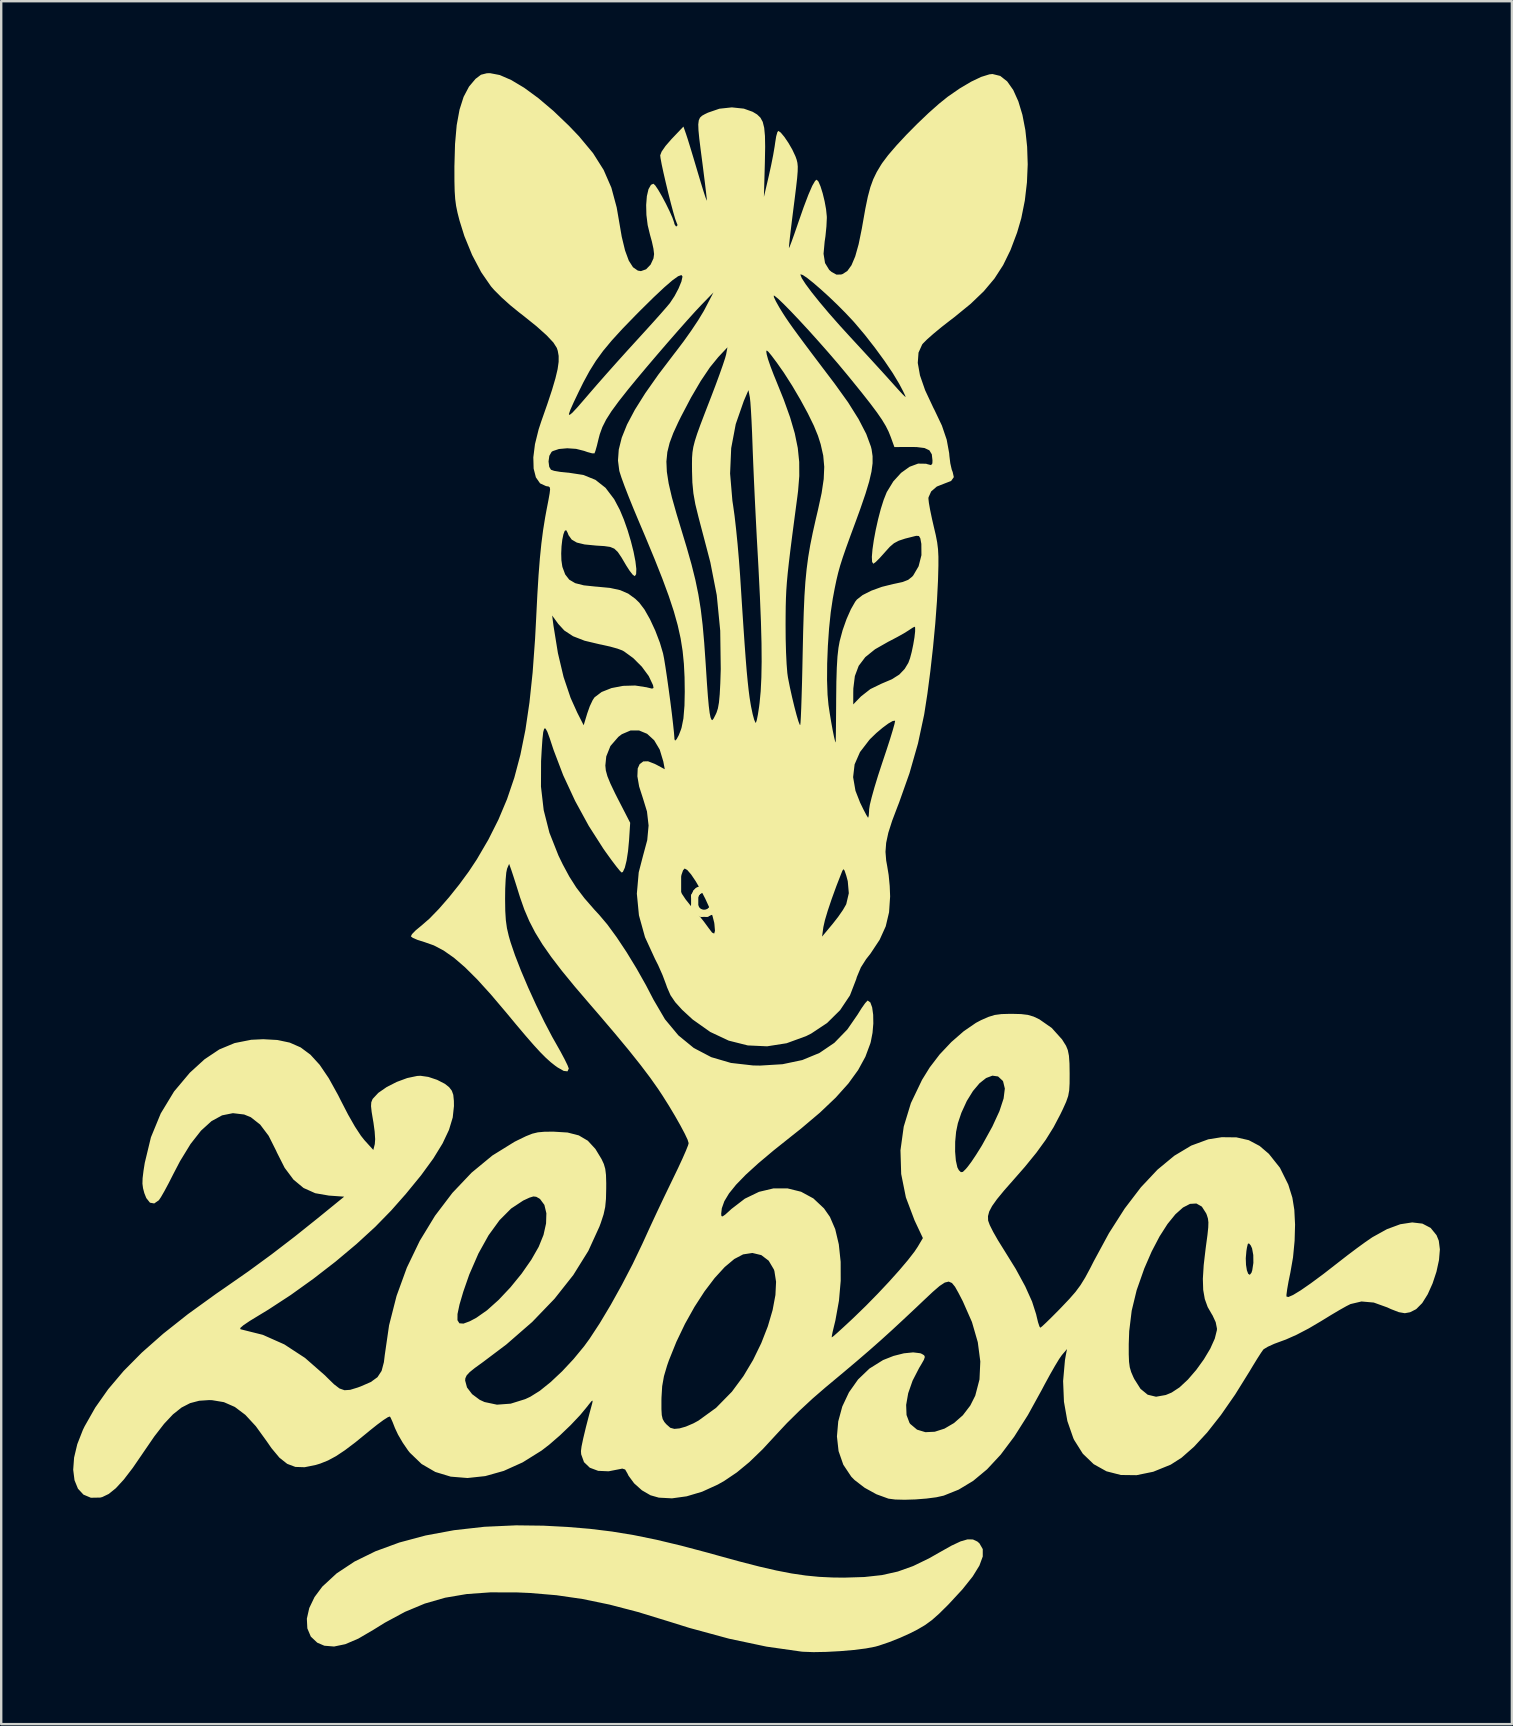
<source format=kicad_pcb>
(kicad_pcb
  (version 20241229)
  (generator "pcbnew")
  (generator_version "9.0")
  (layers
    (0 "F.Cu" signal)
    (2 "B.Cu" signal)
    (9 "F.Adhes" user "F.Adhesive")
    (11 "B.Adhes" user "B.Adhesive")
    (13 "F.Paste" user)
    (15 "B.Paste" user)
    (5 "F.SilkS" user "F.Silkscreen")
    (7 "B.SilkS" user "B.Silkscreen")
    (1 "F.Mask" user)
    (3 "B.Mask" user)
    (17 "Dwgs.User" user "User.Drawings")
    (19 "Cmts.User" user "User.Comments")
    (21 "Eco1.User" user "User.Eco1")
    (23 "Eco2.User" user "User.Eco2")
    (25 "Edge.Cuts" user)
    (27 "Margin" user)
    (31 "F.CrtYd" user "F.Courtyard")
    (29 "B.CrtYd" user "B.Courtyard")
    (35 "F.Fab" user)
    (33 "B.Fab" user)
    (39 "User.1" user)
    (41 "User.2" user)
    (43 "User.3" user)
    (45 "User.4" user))
  (footprint "logo"
    (layer "F.Cu")
    (at 27.253 34.324)
    (property "Reference" "logo" (at 0 0 0) (layer "F.SilkS") (effects (font (size 1.5 1.5) (thickness 0.3))))
    (attr board_only exclude_from_pos_files exclude_from_bom)
    (fp_poly (pts (xy -7.662 26.197) (xy -6.655 26.25) (xy -5.716 26.329) (xy -4.809 26.44) (xy -3.899 26.589) (xy -2.95 26.783) (xy -1.926 27.028) (xy -0.792 27.329) (xy -0.435 27.429) (xy 0.516 27.69) (xy 1.335 27.901) (xy 2.048 28.065) (xy 2.682 28.188) (xy 3.266 28.274) (xy 3.825 28.329) (xy 4.388 28.356) (xy 4.866 28.362) (xy 5.714 28.336) (xy 6.445 28.256) (xy 7.106 28.108) (xy 7.744 27.88) (xy 8.406 27.559) (xy 8.855 27.304) (xy 9.343 27.029) (xy 9.721 26.852) (xy 10.01 26.768) (xy 10.236 26.771) (xy 10.42 26.857) (xy 10.508 26.934) (xy 10.646 27.173) (xy 10.646 27.481) (xy 10.506 27.861) (xy 10.225 28.316) (xy 9.8 28.849) (xy 9.231 29.464) (xy 9.186 29.51) (xy 8.826 29.866) (xy 8.528 30.13) (xy 8.244 30.337) (xy 7.926 30.524) (xy 7.62 30.68) (xy 7.195 30.872) (xy 6.737 31.053) (xy 6.32 31.195) (xy 6.163 31.239) (xy 5.774 31.313) (xy 5.27 31.376) (xy 4.703 31.425) (xy 4.127 31.456) (xy 3.594 31.466) (xy 3.158 31.45) (xy 3.09 31.444) (xy 1.637 31.237) (xy 0.078 30.907) (xy -1.58 30.456) (xy -2.424 30.192) (xy -3.718 29.795) (xy -4.907 29.485) (xy -6.027 29.253) (xy -7.116 29.095) (xy -8.21 29.002) (xy -8.758 28.978) (xy -9.869 28.975) (xy -10.857 29.046) (xy -11.757 29.199) (xy -12.603 29.443) (xy -13.43 29.788) (xy -14.271 30.242) (xy -14.743 30.535) (xy -15.372 30.903) (xy -15.915 31.135) (xy -16.383 31.232) (xy -16.788 31.199) (xy -17.084 31.072) (xy -17.353 30.818) (xy -17.497 30.476) (xy -17.517 30.072) (xy -17.417 29.629) (xy -17.198 29.172) (xy -16.873 28.736) (xy -16.276 28.185) (xy -15.533 27.693) (xy -14.657 27.263) (xy -13.665 26.899) (xy -12.568 26.605) (xy -11.382 26.385) (xy -10.121 26.243) (xy -8.798 26.183)) (stroke (width 0) (type solid)) (fill yes) (layer "F.SilkS"))
    (fp_poly (pts (xy -9.481 -34.248) (xy -9.004 -34.041) (xy -8.462 -33.717) (xy -7.871 -33.284) (xy -7.245 -32.754) (xy -6.6 -32.137) (xy -6.177 -31.695) (xy -5.593 -30.993) (xy -5.151 -30.294) (xy -4.829 -29.555) (xy -4.607 -28.73) (xy -4.523 -28.244) (xy -4.397 -27.51) (xy -4.258 -26.936) (xy -4.103 -26.514) (xy -3.927 -26.238) (xy -3.727 -26.099) (xy -3.598 -26.077) (xy -3.383 -26.153) (xy -3.195 -26.347) (xy -3.074 -26.608) (xy -3.049 -26.787) (xy -3.075 -27.008) (xy -3.142 -27.315) (xy -3.218 -27.588) (xy -3.316 -27.993) (xy -3.369 -28.418) (xy -3.379 -28.831) (xy -3.35 -29.2) (xy -3.282 -29.491) (xy -3.178 -29.673) (xy -3.077 -29.718) (xy -3 -29.647) (xy -2.874 -29.459) (xy -2.719 -29.192) (xy -2.556 -28.885) (xy -2.404 -28.574) (xy -2.283 -28.3) (xy -2.212 -28.099) (xy -2.201 -28.036) (xy -2.141 -27.945) (xy -2.114 -27.94) (xy -2.07 -27.994) (xy -2.115 -28.107) (xy -2.17 -28.255) (xy -2.25 -28.531) (xy -2.348 -28.897) (xy -2.455 -29.318) (xy -2.56 -29.754) (xy -2.656 -30.17) (xy -2.733 -30.527) (xy -2.781 -30.788) (xy -2.794 -30.902) (xy -2.735 -31.057) (xy -2.572 -31.292) (xy -2.331 -31.57) (xy -2.31 -31.592) (xy -1.826 -32.1) (xy -1.713 -31.777) (xy -1.649 -31.582) (xy -1.55 -31.263) (xy -1.427 -30.856) (xy -1.291 -30.4) (xy -1.227 -30.184) (xy -1.1 -29.76) (xy -0.992 -29.409) (xy -0.909 -29.156) (xy -0.86 -29.026) (xy -0.85 -29.018) (xy -0.859 -29.134) (xy -0.887 -29.387) (xy -0.93 -29.746) (xy -0.985 -30.182) (xy -1.025 -30.5) (xy -1.106 -31.119) (xy -1.165 -31.592) (xy -1.199 -31.941) (xy -1.208 -32.19) (xy -1.187 -32.359) (xy -1.136 -32.472) (xy -1.052 -32.551) (xy -0.933 -32.618) (xy -0.804 -32.68) (xy -0.328 -32.844) (xy 0.191 -32.9) (xy 0.692 -32.847) (xy 1.058 -32.716) (xy 1.243 -32.605) (xy 1.381 -32.472) (xy 1.478 -32.295) (xy 1.539 -32.049) (xy 1.571 -31.71) (xy 1.579 -31.254) (xy 1.568 -30.656) (xy 1.566 -30.565) (xy 1.527 -29.168) (xy 1.734 -30.057) (xy 1.828 -30.486) (xy 1.913 -30.914) (xy 1.975 -31.276) (xy 1.997 -31.433) (xy 2.039 -31.694) (xy 2.089 -31.87) (xy 2.127 -31.919) (xy 2.229 -31.85) (xy 2.379 -31.67) (xy 2.548 -31.421) (xy 2.709 -31.143) (xy 2.834 -30.877) (xy 2.844 -30.853) (xy 2.892 -30.719) (xy 2.923 -30.588) (xy 2.938 -30.434) (xy 2.934 -30.232) (xy 2.912 -29.953) (xy 2.869 -29.573) (xy 2.806 -29.063) (xy 2.768 -28.767) (xy 2.703 -28.25) (xy 2.647 -27.794) (xy 2.604 -27.423) (xy 2.577 -27.164) (xy 2.569 -27.042) (xy 2.57 -27.035) (xy 2.603 -27.102) (xy 2.679 -27.301) (xy 2.787 -27.602) (xy 2.917 -27.976) (xy 2.941 -28.048) (xy 3.18 -28.733) (xy 3.38 -29.26) (xy 3.54 -29.629) (xy 3.661 -29.838) (xy 3.726 -29.887) (xy 3.799 -29.81) (xy 3.886 -29.607) (xy 3.976 -29.32) (xy 4.056 -28.989) (xy 4.117 -28.656) (xy 4.147 -28.362) (xy 4.149 -28.298) (xy 4.132 -27.937) (xy 4.091 -27.528) (xy 4.058 -27.305) (xy 4.012 -26.8) (xy 4.074 -26.414) (xy 4.247 -26.13) (xy 4.343 -26.046) (xy 4.547 -25.932) (xy 4.74 -25.935) (xy 4.805 -25.955) (xy 5.002 -26.081) (xy 5.176 -26.322) (xy 5.332 -26.691) (xy 5.475 -27.201) (xy 5.61 -27.864) (xy 5.642 -28.049) (xy 5.754 -28.681) (xy 5.857 -29.179) (xy 5.963 -29.576) (xy 6.083 -29.906) (xy 6.227 -30.204) (xy 6.406 -30.503) (xy 6.461 -30.587) (xy 6.708 -30.915) (xy 7.055 -31.318) (xy 7.47 -31.764) (xy 7.924 -32.222) (xy 8.384 -32.661) (xy 8.82 -33.048) (xy 9.186 -33.343) (xy 9.685 -33.688) (xy 10.159 -33.969) (xy 10.581 -34.17) (xy 10.922 -34.276) (xy 11.051 -34.29) (xy 11.375 -34.21) (xy 11.664 -33.982) (xy 11.916 -33.624) (xy 12.128 -33.154) (xy 12.298 -32.591) (xy 12.421 -31.953) (xy 12.495 -31.259) (xy 12.519 -30.526) (xy 12.487 -29.773) (xy 12.399 -29.018) (xy 12.251 -28.279) (xy 12.077 -27.684) (xy 11.803 -26.957) (xy 11.496 -26.328) (xy 11.132 -25.765) (xy 10.688 -25.237) (xy 10.141 -24.713) (xy 9.465 -24.161) (xy 9.302 -24.037) (xy 8.931 -23.748) (xy 8.596 -23.471) (xy 8.325 -23.232) (xy 8.152 -23.058) (xy 8.122 -23.021) (xy 7.969 -22.681) (xy 7.938 -22.253) (xy 8.03 -21.733) (xy 8.245 -21.113) (xy 8.585 -20.387) (xy 8.633 -20.295) (xy 8.944 -19.64) (xy 9.143 -19.055) (xy 9.246 -18.496) (xy 9.257 -18.367) (xy 9.294 -18.066) (xy 9.353 -17.808) (xy 9.393 -17.705) (xy 9.44 -17.493) (xy 9.327 -17.333) (xy 9.057 -17.229) (xy 8.732 -17.101) (xy 8.496 -16.897) (xy 8.386 -16.651) (xy 8.382 -16.595) (xy 8.402 -16.415) (xy 8.455 -16.117) (xy 8.533 -15.745) (xy 8.604 -15.437) (xy 8.689 -15.074) (xy 8.747 -14.773) (xy 8.782 -14.491) (xy 8.798 -14.182) (xy 8.798 -13.805) (xy 8.785 -13.313) (xy 8.78 -13.166) (xy 8.738 -12.339) (xy 8.668 -11.401) (xy 8.574 -10.407) (xy 8.462 -9.41) (xy 8.339 -8.465) (xy 8.209 -7.627) (xy 8.2 -7.578) (xy 7.947 -6.396) (xy 7.593 -5.156) (xy 7.156 -3.922) (xy 7.105 -3.793) (xy 6.871 -3.176) (xy 6.711 -2.675) (xy 6.621 -2.254) (xy 6.593 -1.879) (xy 6.622 -1.517) (xy 6.662 -1.298) (xy 6.725 -0.914) (xy 6.769 -0.458) (xy 6.786 -0.028) (xy 6.786 -0.018) (xy 6.742 0.638) (xy 6.603 1.224) (xy 6.35 1.783) (xy 5.969 2.359) (xy 5.784 2.594) (xy 5.568 2.934) (xy 5.4 3.334) (xy 5.373 3.427) (xy 5.112 4.102) (xy 4.702 4.716) (xy 4.16 5.252) (xy 3.5 5.69) (xy 3.282 5.8) (xy 2.473 6.095) (xy 1.66 6.223) (xy 0.853 6.186) (xy 0.06 5.986) (xy -0.708 5.625) (xy -1.443 5.105) (xy -1.881 4.701) (xy -2.17 4.382) (xy -2.365 4.094) (xy -2.508 3.766) (xy -2.548 3.65) (xy -2.695 3.259) (xy -2.881 2.839) (xy -3.011 2.582) (xy -3.428 1.674) (xy -3.434 1.651) (xy 3.951 1.651) (xy 4.394 1.119) (xy 4.622 0.827) (xy 4.819 0.543) (xy 4.947 0.322) (xy 4.959 0.296) (xy 5.065 -0.156) (xy 5.021 -0.659) (xy 4.959 -0.889) (xy 4.889 -1.096) (xy 4.844 -1.158) (xy 4.797 -1.093) (xy 4.766 -1.016) (xy 4.546 -0.452) (xy 4.35 0.088) (xy 4.187 0.573) (xy 4.069 0.969) (xy 4.007 1.244) (xy 4.004 1.259) (xy 3.951 1.651) (xy -3.434 1.651) (xy -3.68 0.765) (xy -3.767 -0.137) (xy -3.74 -0.444) (xy -1.978 -0.444) (xy -1.969 -0.302) (xy -1.894 -0.137) (xy -1.733 0.104) (xy -1.518 0.374) (xy -1.468 0.431) (xy -1.214 0.728) (xy -0.973 1.027) (xy -0.795 1.27) (xy -0.783 1.287) (xy -0.634 1.483) (xy -0.545 1.526) (xy -0.512 1.413) (xy -0.534 1.142) (xy -0.544 1.068) (xy -0.615 0.791) (xy -0.745 0.447) (xy -0.917 0.07) (xy -1.113 -0.308) (xy -1.315 -0.655) (xy -1.506 -0.938) (xy -1.668 -1.125) (xy -1.775 -1.185) (xy -1.842 -1.11) (xy -1.907 -0.924) (xy -1.957 -0.683) (xy -1.978 -0.444) (xy -3.74 -0.444) (xy -3.689 -1.026) (xy -3.516 -1.693) (xy -3.334 -2.369) (xy -3.278 -2.976) (xy -3.345 -3.561) (xy -3.512 -4.106) (xy -3.672 -4.603) (xy -3.739 -4.993) (xy 5.244 -4.993) (xy 5.342 -4.425) (xy 5.537 -3.927) (xy 5.678 -3.639) (xy 5.792 -3.421) (xy 5.861 -3.309) (xy 5.87 -3.302) (xy 5.894 -3.377) (xy 5.909 -3.566) (xy 5.911 -3.648) (xy 5.94 -3.836) (xy 6.018 -4.154) (xy 6.135 -4.571) (xy 6.284 -5.059) (xy 6.457 -5.588) (xy 6.477 -5.647) (xy 6.643 -6.145) (xy 6.786 -6.587) (xy 6.896 -6.949) (xy 6.968 -7.207) (xy 6.994 -7.336) (xy 6.992 -7.345) (xy 6.895 -7.332) (xy 6.71 -7.226) (xy 6.472 -7.05) (xy 6.213 -6.832) (xy 5.966 -6.594) (xy 5.92 -6.544) (xy 5.53 -6.036) (xy 5.306 -5.524) (xy 5.244 -4.993) (xy -3.739 -4.993) (xy -3.745 -5.028) (xy -3.731 -5.355) (xy -3.651 -5.533) (xy -3.499 -5.648) (xy -3.301 -5.653) (xy -3.022 -5.545) (xy -2.93 -5.498) (xy -2.604 -5.322) (xy -2.664 -5.642) (xy -2.814 -6.139) (xy -3.045 -6.528) (xy -3.339 -6.798) (xy -3.674 -6.937) (xy -4.032 -6.936) (xy -4.391 -6.782) (xy -4.539 -6.669) (xy -4.868 -6.29) (xy -5.042 -5.855) (xy -5.08 -5.476) (xy -5.06 -5.272) (xy -4.994 -5.031) (xy -4.868 -4.722) (xy -4.672 -4.312) (xy -4.563 -4.097) (xy -4.045 -3.09) (xy -4.091 -2.371) (xy -4.134 -1.909) (xy -4.195 -1.516) (xy -4.268 -1.22) (xy -4.347 -1.048) (xy -4.397 -1.016) (xy -4.468 -1.082) (xy -4.616 -1.263) (xy -4.821 -1.533) (xy -5.064 -1.87) (xy -5.163 -2.011) (xy -5.771 -2.961) (xy -6.339 -4.001) (xy -6.836 -5.071) (xy -7.231 -6.109) (xy -7.268 -6.219) (xy -7.398 -6.614) (xy -7.497 -6.883) (xy -7.572 -7.019) (xy -7.627 -7.016) (xy -7.669 -6.868) (xy -7.702 -6.568) (xy -7.733 -6.11) (xy -7.758 -5.658) (xy -7.762 -4.597) (xy -7.649 -3.618) (xy -7.41 -2.677) (xy -7.033 -1.724) (xy -6.854 -1.355) (xy -6.579 -0.845) (xy -6.291 -0.393) (xy -5.953 0.051) (xy -5.533 0.533) (xy -5.338 0.743) (xy -4.996 1.148) (xy -4.609 1.677) (xy -4.197 2.297) (xy -3.782 2.977) (xy -3.384 3.682) (xy -3.076 4.275) (xy -2.595 5.097) (xy -2.036 5.768) (xy -1.395 6.293) (xy -0.667 6.675) (xy 0.155 6.916) (xy 1.076 7.021) (xy 1.367 7.026) (xy 2.304 6.969) (xy 3.125 6.796) (xy 3.84 6.501) (xy 4.463 6.078) (xy 5.004 5.52) (xy 5.429 4.904) (xy 5.6 4.631) (xy 5.745 4.426) (xy 5.84 4.323) (xy 5.854 4.318) (xy 5.962 4.395) (xy 6.038 4.604) (xy 6.08 4.908) (xy 6.086 5.272) (xy 6.053 5.661) (xy 5.98 6.038) (xy 5.962 6.102) (xy 5.755 6.659) (xy 5.453 7.212) (xy 5.045 7.775) (xy 4.52 8.36) (xy 3.866 8.982) (xy 3.073 9.653) (xy 2.711 9.94) (xy 1.932 10.561) (xy 1.288 11.103) (xy 0.769 11.576) (xy 0.367 11.99) (xy 0.073 12.354) (xy -0.122 12.678) (xy -0.227 12.973) (xy -0.253 13.198) (xy -0.244 13.295) (xy -0.197 13.312) (xy -0.088 13.238) (xy 0.11 13.06) (xy 0.172 13.002) (xy 0.732 12.572) (xy 1.322 12.287) (xy 1.923 12.144) (xy 2.514 12.144) (xy 3.076 12.283) (xy 3.588 12.561) (xy 4.03 12.976) (xy 4.277 13.329) (xy 4.498 13.84) (xy 4.648 14.475) (xy 4.725 15.203) (xy 4.727 15.994) (xy 4.655 16.82) (xy 4.505 17.648) (xy 4.448 17.883) (xy 4.388 18.134) (xy 4.355 18.305) (xy 4.354 18.352) (xy 4.42 18.305) (xy 4.586 18.16) (xy 4.83 17.938) (xy 5.132 17.658) (xy 5.293 17.506) (xy 5.784 17.029) (xy 6.274 16.529) (xy 6.742 16.031) (xy 7.166 15.558) (xy 7.525 15.134) (xy 7.798 14.783) (xy 7.935 14.578) (xy 8.151 14.213) (xy 7.805 13.478) (xy 7.443 12.519) (xy 7.247 11.543) (xy 7.219 10.611) (xy 9.494 10.611) (xy 9.525 10.983) (xy 9.588 11.267) (xy 9.65 11.385) (xy 9.735 11.467) (xy 9.817 11.456) (xy 9.94 11.335) (xy 10.013 11.249) (xy 10.17 11.04) (xy 10.371 10.739) (xy 10.58 10.405) (xy 10.625 10.329) (xy 11.045 9.568) (xy 11.342 8.923) (xy 11.515 8.395) (xy 11.566 7.983) (xy 11.494 7.686) (xy 11.478 7.66) (xy 11.284 7.479) (xy 11.048 7.446) (xy 10.786 7.545) (xy 10.511 7.762) (xy 10.238 8.086) (xy 9.981 8.501) (xy 9.755 8.994) (xy 9.609 9.428) (xy 9.535 9.787) (xy 9.497 10.197) (xy 9.494 10.611) (xy 7.219 10.611) (xy 7.217 10.557) (xy 7.353 9.57) (xy 7.652 8.589) (xy 8.115 7.622) (xy 8.436 7.103) (xy 8.851 6.56) (xy 9.337 6.045) (xy 9.854 5.594) (xy 10.363 5.245) (xy 10.575 5.133) (xy 10.884 4.997) (xy 11.145 4.917) (xy 11.426 4.88) (xy 11.797 4.87) (xy 11.853 4.87) (xy 12.243 4.88) (xy 12.526 4.914) (xy 12.763 4.984) (xy 13.004 5.098) (xy 13.519 5.457) (xy 13.95 5.936) (xy 14.117 6.203) (xy 14.19 6.382) (xy 14.237 6.617) (xy 14.26 6.947) (xy 14.266 7.367) (xy 14.264 7.769) (xy 14.248 8.059) (xy 14.205 8.295) (xy 14.121 8.536) (xy 13.985 8.838) (xy 13.877 9.061) (xy 13.596 9.595) (xy 13.272 10.116) (xy 12.882 10.654) (xy 12.403 11.243) (xy 11.938 11.774) (xy 11.533 12.234) (xy 11.236 12.596) (xy 11.034 12.88) (xy 10.914 13.108) (xy 10.864 13.3) (xy 10.869 13.476) (xy 10.872 13.492) (xy 10.938 13.672) (xy 11.08 13.955) (xy 11.277 14.301) (xy 11.509 14.674) (xy 11.526 14.701) (xy 12.021 15.5) (xy 12.415 16.225) (xy 12.701 16.86) (xy 12.872 17.394) (xy 12.886 17.458) (xy 12.949 17.719) (xy 13.008 17.897) (xy 13.043 17.949) (xy 13.119 17.892) (xy 13.288 17.734) (xy 13.529 17.498) (xy 13.818 17.207) (xy 13.909 17.113) (xy 14.25 16.754) (xy 14.51 16.457) (xy 14.72 16.173) (xy 14.915 15.857) (xy 15.128 15.461) (xy 15.27 15.181) (xy 15.904 14.01) (xy 16.561 12.981) (xy 17.236 12.097) (xy 17.926 11.363) (xy 18.627 10.783) (xy 19.333 10.36) (xy 20.041 10.099) (xy 20.603 10.01) (xy 21.216 10.017) (xy 21.729 10.134) (xy 22.183 10.375) (xy 22.566 10.702) (xy 23.028 11.283) (xy 23.376 11.984) (xy 23.547 12.531) (xy 23.628 13.036) (xy 23.659 13.652) (xy 23.64 14.329) (xy 23.574 15.018) (xy 23.464 15.648) (xy 23.387 16.022) (xy 23.331 16.341) (xy 23.301 16.566) (xy 23.299 16.647) (xy 23.378 16.67) (xy 23.577 16.584) (xy 23.891 16.393) (xy 24.314 16.1) (xy 24.841 15.71) (xy 25.453 15.234) (xy 25.844 14.93) (xy 26.236 14.635) (xy 26.588 14.379) (xy 26.857 14.194) (xy 26.884 14.176) (xy 27.488 13.842) (xy 28.043 13.637) (xy 28.54 13.561) (xy 28.965 13.611) (xy 29.307 13.789) (xy 29.554 14.093) (xy 29.648 14.325) (xy 29.693 14.686) (xy 29.656 15.13) (xy 29.55 15.617) (xy 29.388 16.106) (xy 29.186 16.555) (xy 28.957 16.922) (xy 28.715 17.166) (xy 28.685 17.186) (xy 28.451 17.304) (xy 28.233 17.344) (xy 27.983 17.301) (xy 27.654 17.173) (xy 27.503 17.103) (xy 26.938 16.9) (xy 26.427 16.855) (xy 25.969 16.963) (xy 25.795 17.051) (xy 25.515 17.208) (xy 25.166 17.415) (xy 24.786 17.648) (xy 24.739 17.677) (xy 24.227 17.979) (xy 23.723 18.242) (xy 23.278 18.44) (xy 23.119 18.498) (xy 22.794 18.618) (xy 22.523 18.741) (xy 22.354 18.843) (xy 22.333 18.863) (xy 22.24 18.995) (xy 22.086 19.235) (xy 21.896 19.544) (xy 21.761 19.77) (xy 21.161 20.735) (xy 20.57 21.586) (xy 19.996 22.315) (xy 19.446 22.911) (xy 18.931 23.364) (xy 18.477 23.655) (xy 17.75 23.95) (xy 17.053 24.093) (xy 16.399 24.085) (xy 15.8 23.931) (xy 15.268 23.634) (xy 14.815 23.198) (xy 14.454 22.625) (xy 14.42 22.553) (xy 14.172 21.839) (xy 14.029 21.031) (xy 13.994 20.17) (xy 14.071 19.3) (xy 14.107 19.092) (xy 14.113 19.059) (xy 16.729 19.059) (xy 16.741 19.367) (xy 16.772 19.598) (xy 16.83 19.796) (xy 16.922 20.008) (xy 16.961 20.088) (xy 17.219 20.495) (xy 17.518 20.74) (xy 17.866 20.824) (xy 18.272 20.752) (xy 18.515 20.651) (xy 18.844 20.435) (xy 19.194 20.109) (xy 19.541 19.707) (xy 19.859 19.266) (xy 20.126 18.82) (xy 20.314 18.402) (xy 20.402 18.049) (xy 20.405 17.984) (xy 20.352 17.718) (xy 20.22 17.433) (xy 20.194 17.393) (xy 20.018 17.087) (xy 19.898 16.755) (xy 19.831 16.372) (xy 19.817 15.909) (xy 19.852 15.341) (xy 19.885 15.055) (xy 21.605 15.055) (xy 21.615 15.33) (xy 21.651 15.555) (xy 21.706 15.701) (xy 21.773 15.744) (xy 21.842 15.658) (xy 21.875 15.557) (xy 21.922 15.248) (xy 21.918 14.92) (xy 21.867 14.641) (xy 21.81 14.517) (xy 21.737 14.434) (xy 21.691 14.457) (xy 21.654 14.609) (xy 21.631 14.754) (xy 21.605 15.055) (xy 19.885 15.055) (xy 19.934 14.64) (xy 19.95 14.52) (xy 20.009 14.083) (xy 20.041 13.776) (xy 20.048 13.56) (xy 20.029 13.4) (xy 19.984 13.256) (xy 19.956 13.185) (xy 19.775 12.903) (xy 19.548 12.773) (xy 19.283 12.788) (xy 18.989 12.94) (xy 18.673 13.222) (xy 18.344 13.627) (xy 18.012 14.146) (xy 17.684 14.773) (xy 17.377 15.479) (xy 17.058 16.386) (xy 16.852 17.238) (xy 16.748 18.092) (xy 16.729 18.627) (xy 16.729 19.059) (xy 14.113 19.059) (xy 14.156 18.838) (xy 13.94 19.092) (xy 13.826 19.256) (xy 13.656 19.537) (xy 13.447 19.903) (xy 13.22 20.319) (xy 13.108 20.532) (xy 12.526 21.589) (xy 11.957 22.487) (xy 11.393 23.238) (xy 10.825 23.849) (xy 10.244 24.332) (xy 9.642 24.695) (xy 9.019 24.945) (xy 8.709 25.014) (xy 8.299 25.067) (xy 7.842 25.103) (xy 7.391 25.117) (xy 6.999 25.107) (xy 6.719 25.071) (xy 6.712 25.069) (xy 6.215 24.888) (xy 5.724 24.617) (xy 5.306 24.296) (xy 5.167 24.155) (xy 4.835 23.656) (xy 4.638 23.09) (xy 4.57 22.48) (xy 4.624 21.853) (xy 4.793 21.231) (xy 5.071 20.641) (xy 5.45 20.105) (xy 5.925 19.65) (xy 6.489 19.298) (xy 6.495 19.295) (xy 6.928 19.124) (xy 7.36 19.015) (xy 7.745 18.976) (xy 8.042 19.012) (xy 8.111 19.041) (xy 8.203 19.098) (xy 8.233 19.166) (xy 8.194 19.283) (xy 8.077 19.489) (xy 7.996 19.623) (xy 7.722 20.155) (xy 7.539 20.678) (xy 7.454 21.165) (xy 7.47 21.586) (xy 7.593 21.913) (xy 7.625 21.958) (xy 7.908 22.196) (xy 8.256 22.301) (xy 8.645 22.283) (xy 9.051 22.153) (xy 9.449 21.92) (xy 9.816 21.597) (xy 10.126 21.192) (xy 10.333 20.781) (xy 10.51 20.103) (xy 10.544 19.355) (xy 10.439 18.552) (xy 10.196 17.712) (xy 9.817 16.852) (xy 9.809 16.836) (xy 9.632 16.494) (xy 9.491 16.243) (xy 9.363 16.086) (xy 9.227 16.027) (xy 9.063 16.067) (xy 8.848 16.209) (xy 8.562 16.456) (xy 8.183 16.812) (xy 7.899 17.082) (xy 7.348 17.599) (xy 6.855 18.056) (xy 6.388 18.479) (xy 5.915 18.896) (xy 5.405 19.335) (xy 4.827 19.823) (xy 4.151 20.387) (xy 4.106 20.424) (xy 3.559 20.897) (xy 3.003 21.413) (xy 2.487 21.922) (xy 2.083 22.354) (xy 1.475 23.012) (xy 0.922 23.546) (xy 0.4 23.977) (xy -0.12 24.328) (xy -0.398 24.486) (xy -1.048 24.782) (xy -1.693 24.974) (xy -2.304 25.058) (xy -2.851 25.029) (xy -3.199 24.93) (xy -3.556 24.723) (xy -3.88 24.433) (xy -4.115 24.114) (xy -4.156 24.028) (xy -4.255 23.856) (xy -4.376 23.818) (xy -4.437 23.832) (xy -4.944 23.931) (xy -5.38 23.912) (xy -5.727 23.782) (xy -5.969 23.55) (xy -6.087 23.223) (xy -6.096 23.087) (xy -6.072 22.898) (xy -6.002 22.563) (xy -5.89 22.095) (xy -5.739 21.512) (xy -5.693 21.343) (xy -2.743 21.343) (xy -2.729 21.59) (xy -2.691 21.754) (xy -2.621 21.877) (xy -2.54 21.971) (xy -2.374 22.118) (xy -2.205 22.164) (xy -1.99 22.144) (xy -1.727 22.069) (xy -1.409 21.933) (xy -1.2 21.819) (xy -0.464 21.285) (xy 0.193 20.615) (xy 0.674 19.965) (xy 1.076 19.292) (xy 1.417 18.591) (xy 1.691 17.89) (xy 1.89 17.212) (xy 2.007 16.586) (xy 2.034 16.035) (xy 1.964 15.586) (xy 1.942 15.521) (xy 1.726 15.156) (xy 1.419 14.923) (xy 1.046 14.834) (xy 0.66 14.893) (xy 0.294 15.085) (xy -0.106 15.42) (xy -0.525 15.878) (xy -0.95 16.438) (xy -1.366 17.081) (xy -1.761 17.787) (xy -2.12 18.536) (xy -2.431 19.308) (xy -2.505 19.519) (xy -2.638 19.968) (xy -2.712 20.387) (xy -2.741 20.866) (xy -2.743 20.969) (xy -2.743 21.343) (xy -5.693 21.343) (xy -5.623 21.082) (xy -5.608 20.985) (xy -5.657 21.01) (xy -5.784 21.166) (xy -5.82 21.215) (xy -6.127 21.586) (xy -6.526 22.008) (xy -6.971 22.434) (xy -7.415 22.819) (xy -7.736 23.067) (xy -8.525 23.559) (xy -9.312 23.914) (xy -10.082 24.131) (xy -10.824 24.211) (xy -11.522 24.154) (xy -12.164 23.959) (xy -12.736 23.627) (xy -13.224 23.158) (xy -13.303 23.059) (xy -13.522 22.739) (xy -13.718 22.403) (xy -13.847 22.128) (xy -13.944 21.88) (xy -14.025 21.7) (xy -14.056 21.649) (xy -14.138 21.675) (xy -14.323 21.793) (xy -14.584 21.986) (xy -14.897 22.235) (xy -14.961 22.289) (xy -15.491 22.721) (xy -15.929 23.052) (xy -16.3 23.299) (xy -16.634 23.479) (xy -16.957 23.609) (xy -17.157 23.67) (xy -17.611 23.761) (xy -17.995 23.749) (xy -18.336 23.621) (xy -18.66 23.364) (xy -18.992 22.966) (xy -19.192 22.677) (xy -19.644 22.052) (xy -20.08 21.58) (xy -20.518 21.25) (xy -20.974 21.05) (xy -21.466 20.968) (xy -21.59 20.964) (xy -22.004 20.992) (xy -22.381 21.091) (xy -22.739 21.275) (xy -23.095 21.558) (xy -23.466 21.953) (xy -23.871 22.476) (xy -24.326 23.139) (xy -24.337 23.156) (xy -24.771 23.789) (xy -25.147 24.279) (xy -25.477 24.637) (xy -25.772 24.875) (xy -26.043 25.005) (xy -26.129 25.026) (xy -26.517 25.033) (xy -26.826 24.903) (xy -27.055 24.655) (xy -27.198 24.304) (xy -27.253 23.867) (xy -27.216 23.361) (xy -27.083 22.802) (xy -26.85 22.207) (xy -26.778 22.059) (xy -26.335 21.278) (xy -25.796 20.512) (xy -25.151 19.75) (xy -24.389 18.981) (xy -23.501 18.197) (xy -22.475 17.385) (xy -21.3 16.536) (xy -20.955 16.298) (xy -19.945 15.594) (xy -18.985 14.891) (xy -18.016 14.147) (xy -17.061 13.383) (xy -15.962 12.488) (xy -16.599 12.443) (xy -17.168 12.344) (xy -17.655 12.126) (xy -18.075 11.777) (xy -18.442 11.286) (xy -18.769 10.64) (xy -18.796 10.577) (xy -19.11 9.952) (xy -19.463 9.484) (xy -19.852 9.178) (xy -20.131 9.064) (xy -20.598 9.009) (xy -21.05 9.1) (xy -21.492 9.342) (xy -21.928 9.738) (xy -22.363 10.293) (xy -22.802 11.01) (xy -23.086 11.555) (xy -23.277 11.93) (xy -23.454 12.26) (xy -23.597 12.508) (xy -23.685 12.638) (xy -23.877 12.771) (xy -24.054 12.739) (xy -24.207 12.547) (xy -24.289 12.342) (xy -24.343 12.138) (xy -24.368 11.946) (xy -24.361 11.718) (xy -24.323 11.407) (xy -24.271 11.079) (xy -24.014 10.014) (xy -23.605 9.02) (xy -23.051 8.106) (xy -22.394 7.324) (xy -21.778 6.762) (xy -21.165 6.353) (xy -20.527 6.088) (xy -19.837 5.951) (xy -19.336 5.927) (xy -18.743 5.96) (xy -18.23 6.069) (xy -17.777 6.268) (xy -17.368 6.572) (xy -16.983 6.994) (xy -16.606 7.55) (xy -16.217 8.253) (xy -16.101 8.484) (xy -15.797 9.072) (xy -15.514 9.568) (xy -15.266 9.947) (xy -15.117 10.135) (xy -14.748 10.541) (xy -14.686 10.298) (xy -14.671 10.093) (xy -14.692 9.774) (xy -14.743 9.395) (xy -14.756 9.324) (xy -14.817 8.958) (xy -14.843 8.716) (xy -14.833 8.557) (xy -14.787 8.439) (xy -14.769 8.408) (xy -14.539 8.162) (xy -14.19 7.92) (xy -13.772 7.707) (xy -13.334 7.545) (xy -12.925 7.459) (xy -12.784 7.451) (xy -12.454 7.498) (xy -12.09 7.62) (xy -11.765 7.787) (xy -11.589 7.927) (xy -11.477 8.073) (xy -11.416 8.244) (xy -11.391 8.496) (xy -11.388 8.714) (xy -11.439 9.189) (xy -11.595 9.705) (xy -11.863 10.272) (xy -12.248 10.899) (xy -12.756 11.596) (xy -13.392 12.373) (xy -14.005 13.067) (xy -14.666 13.744) (xy -15.448 14.461) (xy -16.319 15.192) (xy -17.245 15.909) (xy -18.191 16.587) (xy -19.126 17.198) (xy -19.474 17.409) (xy -19.891 17.663) (xy -20.162 17.846) (xy -20.292 17.96) (xy -20.286 18.011) (xy -20.278 18.013) (xy -19.352 18.245) (xy -18.457 18.643) (xy -17.594 19.207) (xy -16.76 19.937) (xy -16.682 20.016) (xy -16.386 20.305) (xy -16.157 20.48) (xy -15.949 20.553) (xy -15.714 20.537) (xy -15.406 20.443) (xy -15.265 20.391) (xy -14.851 20.21) (xy -14.574 20.009) (xy -14.403 19.748) (xy -14.307 19.386) (xy -14.271 19.089) (xy -14.091 17.846) (xy -14.037 17.635) (xy -11.242 17.635) (xy -11.161 17.765) (xy -10.991 17.777) (xy -10.727 17.679) (xy -10.456 17.535) (xy -10.008 17.221) (xy -9.524 16.787) (xy -9.035 16.268) (xy -8.571 15.699) (xy -8.164 15.115) (xy -7.857 14.578) (xy -7.656 14.081) (xy -7.55 13.605) (xy -7.537 13.179) (xy -7.62 12.831) (xy -7.798 12.59) (xy -7.833 12.564) (xy -7.96 12.493) (xy -8.079 12.479) (xy -8.242 12.529) (xy -8.502 12.65) (xy -8.507 12.653) (xy -9.005 12.982) (xy -9.488 13.467) (xy -9.945 14.096) (xy -10.368 14.856) (xy -10.75 15.733) (xy -10.999 16.448) (xy -11.157 16.985) (xy -11.24 17.378) (xy -11.242 17.635) (xy -14.037 17.635) (xy -13.78 16.626) (xy -13.351 15.447) (xy -12.812 14.327) (xy -12.176 13.283) (xy -11.453 12.331) (xy -10.653 11.488) (xy -9.787 10.773) (xy -8.865 10.202) (xy -8.739 10.139) (xy -8.388 9.969) (xy -8.126 9.864) (xy -7.889 9.807) (xy -7.616 9.783) (xy -7.245 9.779) (xy -6.654 9.815) (xy -6.186 9.935) (xy -5.81 10.157) (xy -5.495 10.499) (xy -5.238 10.922) (xy -5.143 11.126) (xy -5.084 11.329) (xy -5.053 11.581) (xy -5.043 11.929) (xy -5.044 12.15) (xy -5.054 12.583) (xy -5.086 12.919) (xy -5.153 13.226) (xy -5.267 13.575) (xy -5.327 13.737) (xy -5.789 14.748) (xy -6.415 15.753) (xy -7.197 16.742) (xy -8.128 17.709) (xy -9.203 18.645) (xy -10.181 19.382) (xy -10.517 19.625) (xy -10.735 19.801) (xy -10.859 19.936) (xy -10.913 20.055) (xy -10.922 20.148) (xy -10.844 20.438) (xy -10.631 20.717) (xy -10.317 20.951) (xy -10.115 21.045) (xy -9.596 21.155) (xy -9.024 21.113) (xy -8.418 20.924) (xy -8.208 20.826) (xy -7.812 20.579) (xy -7.36 20.215) (xy -6.881 19.765) (xy -6.407 19.258) (xy -5.967 18.724) (xy -5.741 18.415) (xy -5.315 17.765) (xy -4.858 17.001) (xy -4.394 16.166) (xy -3.947 15.307) (xy -3.544 14.466) (xy -3.471 14.307) (xy -3.23 13.778) (xy -2.944 13.163) (xy -2.643 12.527) (xy -2.357 11.934) (xy -2.265 11.744) (xy -2.051 11.3) (xy -1.866 10.901) (xy -1.723 10.575) (xy -1.633 10.349) (xy -1.609 10.259) (xy -1.652 10.115) (xy -1.773 9.859) (xy -1.954 9.518) (xy -2.179 9.121) (xy -2.432 8.698) (xy -2.698 8.276) (xy -2.879 8.002) (xy -3.213 7.529) (xy -3.618 6.994) (xy -4.104 6.384) (xy -4.683 5.686) (xy -5.364 4.886) (xy -5.698 4.5) (xy -6.347 3.742) (xy -6.888 3.082) (xy -7.335 2.499) (xy -7.702 1.974) (xy -8.002 1.484) (xy -8.248 1.009) (xy -8.454 0.529) (xy -8.632 0.022) (xy -8.679 -0.127) (xy -8.793 -0.493) (xy -8.899 -0.824) (xy -8.979 -1.068) (xy -9.001 -1.133) (xy -9.089 -1.378) (xy -9.175 -1.176) (xy -9.208 -1.015) (xy -9.234 -0.726) (xy -9.252 -0.348) (xy -9.257 0.076) (xy -9.257 0.085) (xy -9.25 0.583) (xy -9.226 0.969) (xy -9.18 1.3) (xy -9.103 1.631) (xy -9.03 1.885) (xy -8.845 2.428) (xy -8.593 3.075) (xy -8.293 3.781) (xy -7.963 4.504) (xy -7.623 5.202) (xy -7.293 5.832) (xy -7.152 6.08) (xy -6.946 6.446) (xy -6.775 6.767) (xy -6.656 7.011) (xy -6.605 7.146) (xy -6.604 7.154) (xy -6.657 7.266) (xy -6.815 7.248) (xy -7.073 7.101) (xy -7.163 7.037) (xy -7.357 6.884) (xy -7.561 6.7) (xy -7.792 6.468) (xy -8.065 6.17) (xy -8.397 5.789) (xy -8.804 5.307) (xy -9.203 4.826) (xy -9.848 4.065) (xy -10.418 3.437) (xy -10.928 2.93) (xy -11.39 2.532) (xy -11.819 2.232) (xy -12.228 2.017) (xy -12.618 1.88) (xy -12.896 1.793) (xy -13.1 1.706) (xy -13.183 1.642) (xy -13.136 1.549) (xy -12.982 1.391) (xy -12.755 1.203) (xy -12.741 1.192) (xy -12.407 0.901) (xy -12.015 0.497) (xy -11.593 0.013) (xy -11.168 -0.518) (xy -10.768 -1.063) (xy -10.435 -1.566) (xy -9.953 -2.391) (xy -9.536 -3.22) (xy -9.177 -4.073) (xy -8.873 -4.969) (xy -8.619 -5.926) (xy -8.41 -6.964) (xy -8.242 -8.102) (xy -8.109 -9.358) (xy -8.008 -10.752) (xy -7.961 -11.642) (xy -7.957 -11.726) (xy -7.296 -11.726) (xy -7.241 -11.303) (xy -7.056 -10.161) (xy -6.82 -9.164) (xy -6.527 -8.294) (xy -6.251 -7.681) (xy -5.983 -7.154) (xy -5.834 -7.648) (xy -5.728 -7.947) (xy -5.609 -8.199) (xy -5.531 -8.317) (xy -5.234 -8.541) (xy -4.822 -8.704) (xy -4.341 -8.796) (xy -3.838 -8.81) (xy -3.357 -8.736) (xy -3.318 -8.725) (xy -3.134 -8.681) (xy -3.072 -8.707) (xy -3.093 -8.823) (xy -3.096 -8.831) (xy -3.272 -9.204) (xy -3.56 -9.595) (xy -3.918 -9.953) (xy -4.3 -10.231) (xy -4.376 -10.273) (xy -4.571 -10.346) (xy -4.875 -10.431) (xy -5.231 -10.511) (xy -5.323 -10.529) (xy -5.945 -10.677) (xy -6.425 -10.864) (xy -6.79 -11.103) (xy -7.042 -11.378) (xy -7.296 -11.726) (xy -7.957 -11.726) (xy -7.913 -12.596) (xy -7.863 -13.408) (xy -7.808 -14.108) (xy -7.746 -14.722) (xy -7.674 -15.28) (xy -7.589 -15.808) (xy -7.53 -16.129) (xy -7.45 -16.541) (xy -7.401 -16.815) (xy -7.382 -16.98) (xy -7.395 -17.066) (xy -7.439 -17.101) (xy -7.516 -17.114) (xy -7.548 -17.118) (xy -7.8 -17.234) (xy -7.974 -17.483) (xy -8.068 -17.85) (xy -8.076 -18.146) (xy -7.447 -18.146) (xy -7.418 -17.922) (xy -7.345 -17.801) (xy -7.213 -17.755) (xy -6.963 -17.712) (xy -6.645 -17.68) (xy -6.604 -17.677) (xy -5.997 -17.584) (xy -5.493 -17.38) (xy -5.072 -17.048) (xy -4.713 -16.575) (xy -4.479 -16.133) (xy -4.309 -15.727) (xy -4.152 -15.28) (xy -4.015 -14.822) (xy -3.904 -14.382) (xy -3.827 -13.987) (xy -3.789 -13.667) (xy -3.797 -13.451) (xy -3.852 -13.367) (xy -3.936 -13.424) (xy -4.069 -13.593) (xy -4.207 -13.807) (xy -4.41 -14.151) (xy -4.563 -14.377) (xy -4.707 -14.513) (xy -4.88 -14.585) (xy -5.125 -14.62) (xy -5.48 -14.642) (xy -5.481 -14.643) (xy -5.944 -14.688) (xy -6.268 -14.766) (xy -6.481 -14.89) (xy -6.613 -15.074) (xy -6.654 -15.18) (xy -6.714 -15.286) (xy -6.774 -15.252) (xy -6.828 -15.109) (xy -6.874 -14.885) (xy -6.906 -14.61) (xy -6.919 -14.315) (xy -6.911 -14.029) (xy -6.875 -13.781) (xy -6.866 -13.743) (xy -6.753 -13.439) (xy -6.585 -13.222) (xy -6.336 -13.075) (xy -5.977 -12.984) (xy -5.48 -12.932) (xy -5.432 -12.929) (xy -4.885 -12.877) (xy -4.464 -12.785) (xy -4.127 -12.639) (xy -3.831 -12.423) (xy -3.666 -12.263) (xy -3.45 -11.978) (xy -3.221 -11.574) (xy -2.999 -11.096) (xy -2.807 -10.593) (xy -2.676 -10.15) (xy -2.633 -9.935) (xy -2.577 -9.592) (xy -2.512 -9.158) (xy -2.443 -8.667) (xy -2.374 -8.156) (xy -2.311 -7.66) (xy -2.259 -7.214) (xy -2.221 -6.855) (xy -2.202 -6.618) (xy -2.201 -6.578) (xy -2.175 -6.513) (xy -2.108 -6.577) (xy -2.02 -6.74) (xy -1.93 -6.972) (xy -1.904 -7.052) (xy -1.827 -7.436) (xy -1.783 -7.97) (xy -1.771 -8.551) (xy -1.779 -9.156) (xy -1.807 -9.715) (xy -1.86 -10.249) (xy -1.944 -10.778) (xy -2.065 -11.323) (xy -2.228 -11.905) (xy -2.439 -12.544) (xy -2.703 -13.26) (xy -3.026 -14.075) (xy -3.413 -15.009) (xy -3.691 -15.664) (xy -3.91 -16.187) (xy -4.112 -16.686) (xy -4.284 -17.13) (xy -4.414 -17.488) (xy -4.491 -17.729) (xy -4.499 -17.76) (xy -4.548 -18.143) (xy -2.536 -18.143) (xy -2.517 -17.714) (xy -2.441 -17.226) (xy -2.307 -16.65) (xy -2.113 -15.961) (xy -1.941 -15.393) (xy -1.691 -14.566) (xy -1.489 -13.853) (xy -1.329 -13.212) (xy -1.204 -12.605) (xy -1.105 -11.991) (xy -1.026 -11.331) (xy -0.96 -10.586) (xy -0.899 -9.716) (xy -0.892 -9.606) (xy -0.847 -8.909) (xy -0.807 -8.364) (xy -0.77 -7.956) (xy -0.734 -7.669) (xy -0.698 -7.486) (xy -0.659 -7.39) (xy -0.622 -7.366) (xy -0.568 -7.436) (xy -0.479 -7.61) (xy -0.446 -7.684) (xy -0.39 -7.856) (xy -0.346 -8.101) (xy -0.314 -8.442) (xy -0.29 -8.903) (xy -0.271 -9.495) (xy -0.293 -11.094) (xy -0.438 -12.578) (xy -0.706 -13.948) (xy -0.733 -14.051) (xy -0.847 -14.488) (xy -0.984 -15.01) (xy -1.123 -15.537) (xy -1.2 -15.833) (xy -1.331 -16.366) (xy -1.411 -16.819) (xy -1.454 -17.269) (xy -1.465 -17.643) (xy 0.118 -17.643) (xy 0.214 -16.51) (xy 0.246 -16.298) (xy 0.305 -15.877) (xy 0.367 -15.331) (xy 0.43 -14.704) (xy 0.487 -14.04) (xy 0.536 -13.383) (xy 0.547 -13.208) (xy 0.613 -12.175) (xy 0.671 -11.295) (xy 0.722 -10.552) (xy 0.768 -9.929) (xy 0.81 -9.41) (xy 0.851 -8.98) (xy 0.89 -8.622) (xy 0.929 -8.319) (xy 0.971 -8.055) (xy 0.992 -7.935) (xy 1.059 -7.616) (xy 1.123 -7.381) (xy 1.175 -7.263) (xy 1.193 -7.258) (xy 1.23 -7.367) (xy 1.277 -7.602) (xy 1.326 -7.921) (xy 1.347 -8.086) (xy 1.393 -8.572) (xy 1.421 -9.141) (xy 1.433 -9.805) (xy 1.427 -10.578) (xy 1.403 -11.474) (xy 1.361 -12.505) (xy 1.302 -13.687) (xy 1.275 -14.182) (xy 1.231 -14.965) (xy 1.189 -15.784) (xy 1.148 -16.601) (xy 1.112 -17.376) (xy 1.082 -18.071) (xy 1.059 -18.647) (xy 1.054 -18.796) (xy 1.034 -19.341) (xy 1.011 -19.845) (xy 0.987 -20.279) (xy 0.964 -20.61) (xy 0.943 -20.807) (xy 0.94 -20.825) (xy 0.883 -21.118) (xy 0.69 -20.67) (xy 0.354 -19.705) (xy 0.164 -18.702) (xy 0.118 -17.643) (xy -1.465 -17.643) (xy -1.468 -17.738) (xy -1.47 -18.046) (xy -1.467 -18.3) (xy -1.45 -18.526) (xy -1.414 -18.75) (xy -1.351 -18.998) (xy -1.256 -19.297) (xy -1.12 -19.673) (xy -0.938 -20.151) (xy -0.703 -20.759) (xy -0.676 -20.828) (xy -0.49 -21.317) (xy -0.323 -21.771) (xy -0.186 -22.159) (xy -0.09 -22.45) (xy -0.047 -22.606) (xy -0.025 -22.727) (xy 1.626 -22.727) (xy 1.642 -22.616) (xy 1.698 -22.408) (xy 1.804 -22.1) (xy 1.94 -21.745) (xy 2 -21.6) (xy 2.35 -20.733) (xy 2.619 -19.983) (xy 2.813 -19.318) (xy 2.938 -18.709) (xy 2.998 -18.126) (xy 3.001 -17.54) (xy 2.951 -16.919) (xy 2.924 -16.702) (xy 2.806 -15.812) (xy 2.708 -15.067) (xy 2.629 -14.447) (xy 2.567 -13.929) (xy 2.519 -13.491) (xy 2.484 -13.112) (xy 2.46 -12.769) (xy 2.445 -12.441) (xy 2.436 -12.106) (xy 2.432 -11.741) (xy 2.43 -11.345) (xy 2.434 -10.751) (xy 2.449 -10.193) (xy 2.473 -9.707) (xy 2.503 -9.329) (xy 2.529 -9.144) (xy 2.609 -8.739) (xy 2.701 -8.324) (xy 2.796 -7.929) (xy 2.886 -7.586) (xy 2.963 -7.325) (xy 3.019 -7.179) (xy 3.04 -7.161) (xy 3.052 -7.253) (xy 3.066 -7.495) (xy 3.082 -7.867) (xy 3.098 -8.349) (xy 3.115 -8.922) (xy 3.13 -9.566) (xy 3.142 -10.143) (xy 3.163 -11.074) (xy 3.187 -11.863) (xy 3.216 -12.539) (xy 3.255 -13.128) (xy 3.307 -13.659) (xy 3.373 -14.16) (xy 3.457 -14.658) (xy 3.563 -15.182) (xy 3.692 -15.758) (xy 3.78 -16.129) (xy 3.932 -16.829) (xy 4.019 -17.413) (xy 4.041 -17.92) (xy 3.999 -18.391) (xy 3.892 -18.865) (xy 3.78 -19.217) (xy 3.607 -19.639) (xy 3.355 -20.154) (xy 3.047 -20.721) (xy 2.708 -21.298) (xy 2.36 -21.843) (xy 2.062 -22.267) (xy 1.845 -22.556) (xy 1.71 -22.72) (xy 1.643 -22.772) (xy 1.626 -22.727) (xy -0.025 -22.727) (xy 0.008 -22.902) (xy -0.375 -22.494) (xy -0.721 -22.07) (xy -1.104 -21.501) (xy -1.511 -20.807) (xy -1.932 -20.004) (xy -2.042 -19.781) (xy -2.249 -19.33) (xy -2.401 -18.924) (xy -2.497 -18.537) (xy -2.536 -18.143) (xy -4.548 -18.143) (xy -4.553 -18.186) (xy -4.521 -18.64) (xy -4.397 -19.136) (xy -4.176 -19.685) (xy -3.851 -20.298) (xy -3.418 -20.988) (xy -2.87 -21.767) (xy -2.202 -22.645) (xy -2.14 -22.724) (xy -1.815 -23.154) (xy -1.494 -23.606) (xy -1.21 -24.033) (xy -0.993 -24.391) (xy -0.94 -24.487) (xy -0.642 -25.061) (xy 1.937 -25.061) (xy 1.943 -24.996) (xy 2.025 -24.821) (xy 2.165 -24.571) (xy 2.214 -24.49) (xy 2.326 -24.31) (xy 2.444 -24.128) (xy 2.582 -23.926) (xy 2.75 -23.689) (xy 2.961 -23.4) (xy 3.227 -23.041) (xy 3.559 -22.598) (xy 3.97 -22.054) (xy 4.472 -21.392) (xy 4.482 -21.378) (xy 5.033 -20.611) (xy 5.471 -19.912) (xy 5.791 -19.293) (xy 5.986 -18.764) (xy 6.015 -18.646) (xy 6.055 -18.368) (xy 6.055 -18.068) (xy 6.009 -17.722) (xy 5.913 -17.308) (xy 5.76 -16.801) (xy 5.547 -16.179) (xy 5.363 -15.673) (xy 5.132 -15.048) (xy 4.952 -14.551) (xy 4.813 -14.148) (xy 4.705 -13.809) (xy 4.62 -13.503) (xy 4.547 -13.196) (xy 4.477 -12.858) (xy 4.402 -12.458) (xy 4.399 -12.446) (xy 4.312 -11.864) (xy 4.242 -11.188) (xy 4.192 -10.461) (xy 4.163 -9.728) (xy 4.158 -9.034) (xy 4.179 -8.424) (xy 4.218 -8.001) (xy 4.269 -7.659) (xy 4.329 -7.298) (xy 4.391 -6.957) (xy 4.448 -6.674) (xy 4.493 -6.488) (xy 4.516 -6.435) (xy 4.52 -6.515) (xy 4.525 -6.741) (xy 4.529 -7.086) (xy 4.533 -7.527) (xy 4.537 -8.023) (xy 5.249 -8.023) (xy 5.572 -8.356) (xy 5.963 -8.662) (xy 6.422 -8.885) (xy 6.859 -9.071) (xy 7.169 -9.267) (xy 7.393 -9.503) (xy 7.544 -9.753) (xy 7.614 -9.94) (xy 7.685 -10.207) (xy 7.749 -10.513) (xy 7.8 -10.814) (xy 7.828 -11.066) (xy 7.828 -11.226) (xy 7.807 -11.261) (xy 7.722 -11.217) (xy 7.561 -11.111) (xy 7.548 -11.102) (xy 7.364 -10.987) (xy 7.083 -10.83) (xy 6.762 -10.661) (xy 6.715 -10.638) (xy 6.158 -10.321) (xy 5.752 -9.994) (xy 5.477 -9.631) (xy 5.317 -9.205) (xy 5.253 -8.689) (xy 5.25 -8.52) (xy 5.249 -8.023) (xy 4.537 -8.023) (xy 4.537 -8.039) (xy 4.538 -8.234) (xy 4.546 -8.963) (xy 4.564 -9.548) (xy 4.592 -10.014) (xy 4.634 -10.384) (xy 4.683 -10.653) (xy 4.807 -11.117) (xy 4.97 -11.578) (xy 5.152 -11.989) (xy 5.331 -12.302) (xy 5.401 -12.392) (xy 5.64 -12.579) (xy 6.003 -12.762) (xy 6.444 -12.922) (xy 6.918 -13.04) (xy 6.961 -13.048) (xy 7.307 -13.123) (xy 7.537 -13.213) (xy 7.701 -13.342) (xy 7.749 -13.396) (xy 7.973 -13.779) (xy 8.091 -14.242) (xy 8.087 -14.712) (xy 8.045 -14.941) (xy 7.987 -15.04) (xy 7.88 -15.048) (xy 7.804 -15.031) (xy 7.415 -14.933) (xy 7.145 -14.844) (xy 6.947 -14.739) (xy 6.775 -14.592) (xy 6.582 -14.379) (xy 6.556 -14.349) (xy 6.352 -14.122) (xy 6.186 -13.956) (xy 6.09 -13.886) (xy 6.086 -13.885) (xy 6.035 -13.962) (xy 6.025 -14.171) (xy 6.051 -14.483) (xy 6.107 -14.869) (xy 6.187 -15.298) (xy 6.286 -15.74) (xy 6.397 -16.166) (xy 6.517 -16.546) (xy 6.638 -16.85) (xy 6.651 -16.877) (xy 6.92 -17.317) (xy 7.244 -17.672) (xy 7.597 -17.925) (xy 7.952 -18.057) (xy 8.284 -18.051) (xy 8.347 -18.031) (xy 8.493 -17.994) (xy 8.546 -18.064) (xy 8.551 -18.189) (xy 8.523 -18.444) (xy 8.421 -18.611) (xy 8.218 -18.706) (xy 7.89 -18.746) (xy 7.637 -18.75) (xy 6.964 -18.746) (xy 6.814 -19.161) (xy 6.723 -19.388) (xy 6.605 -19.623) (xy 6.448 -19.884) (xy 6.237 -20.19) (xy 5.96 -20.56) (xy 5.604 -21.013) (xy 5.154 -21.569) (xy 4.977 -21.785) (xy 4.611 -22.224) (xy 4.214 -22.685) (xy 3.803 -23.151) (xy 3.396 -23.604) (xy 3.007 -24.025) (xy 2.654 -24.398) (xy 2.353 -24.704) (xy 2.121 -24.926) (xy 1.974 -25.045) (xy 1.937 -25.061) (xy -0.642 -25.061) (xy -0.576 -25.188) (xy -1.071 -24.678) (xy -1.328 -24.404) (xy -1.668 -24.028) (xy -2.068 -23.576) (xy -2.503 -23.078) (xy -2.949 -22.56) (xy -3.382 -22.051) (xy -3.778 -21.578) (xy -4.113 -21.17) (xy -4.116 -21.167) (xy -4.52 -20.655) (xy -4.825 -20.239) (xy -5.047 -19.89) (xy -5.204 -19.579) (xy -5.312 -19.28) (xy -5.363 -19.086) (xy -5.433 -18.798) (xy -5.495 -18.581) (xy -5.534 -18.483) (xy -5.631 -18.485) (xy -5.83 -18.539) (xy -5.962 -18.586) (xy -6.298 -18.671) (xy -6.668 -18.696) (xy -7.013 -18.665) (xy -7.272 -18.578) (xy -7.321 -18.544) (xy -7.414 -18.381) (xy -7.447 -18.146) (xy -8.076 -18.146) (xy -8.081 -18.317) (xy -8.012 -18.868) (xy -7.859 -19.484) (xy -7.75 -19.816) (xy -7.643 -20.121) (xy -6.598 -20.121) (xy -6.573 -20.08) (xy -6.458 -20.173) (xy -6.247 -20.399) (xy -5.937 -20.756) (xy -5.748 -20.976) (xy -5.434 -21.339) (xy -5.041 -21.786) (xy -4.603 -22.278) (xy -4.156 -22.774) (xy -3.781 -23.185) (xy -3.409 -23.593) (xy -3.063 -23.975) (xy -2.766 -24.308) (xy -2.538 -24.569) (xy -2.4 -24.733) (xy -2.386 -24.751) (xy -2.197 -25.037) (xy -2.03 -25.353) (xy -1.91 -25.644) (xy -1.865 -25.85) (xy -1.909 -25.914) (xy -2.049 -25.863) (xy -2.286 -25.693) (xy -2.623 -25.402) (xy -3.064 -24.988) (xy -3.611 -24.449) (xy -3.828 -24.23) (xy -4.372 -23.669) (xy -4.811 -23.188) (xy -5.17 -22.757) (xy -5.472 -22.342) (xy -5.739 -21.915) (xy -5.996 -21.442) (xy -6.188 -21.053) (xy -6.401 -20.606) (xy -6.539 -20.296) (xy -6.598 -20.121) (xy -7.643 -20.121) (xy -7.495 -20.544) (xy -7.299 -21.136) (xy -7.159 -21.612) (xy -7.069 -21.991) (xy -7.026 -22.295) (xy -7.025 -22.543) (xy -7.062 -22.755) (xy -7.102 -22.877) (xy -7.245 -23.102) (xy -7.53 -23.405) (xy -7.951 -23.782) (xy -8.504 -24.226) (xy -8.675 -24.358) (xy -9.039 -24.654) (xy -9.402 -24.98) (xy -9.709 -25.287) (xy -9.845 -25.442) (xy -10.181 -25.928) (xy 3.048 -25.928) (xy 3.105 -25.784) (xy 3.266 -25.534) (xy 3.518 -25.195) (xy 3.849 -24.782) (xy 4.244 -24.313) (xy 4.693 -23.804) (xy 5.136 -23.319) (xy 5.544 -22.877) (xy 5.947 -22.439) (xy 6.319 -22.032) (xy 6.634 -21.686) (xy 6.865 -21.429) (xy 6.898 -21.392) (xy 7.123 -21.142) (xy 7.303 -20.948) (xy 7.413 -20.841) (xy 7.431 -20.828) (xy 7.411 -20.896) (xy 7.325 -21.076) (xy 7.19 -21.333) (xy 7.154 -21.399) (xy 6.895 -21.83) (xy 6.55 -22.34) (xy 6.151 -22.886) (xy 5.73 -23.425) (xy 5.318 -23.913) (xy 5.238 -24.003) (xy 4.927 -24.334) (xy 4.587 -24.676) (xy 4.238 -25.01) (xy 3.899 -25.318) (xy 3.591 -25.584) (xy 3.334 -25.789) (xy 3.149 -25.915) (xy 3.055 -25.944) (xy 3.048 -25.928) (xy -10.181 -25.928) (xy -10.254 -26.035) (xy -10.631 -26.749) (xy -10.954 -27.537) (xy -11.156 -28.184) (xy -11.239 -28.508) (xy -11.298 -28.793) (xy -11.336 -29.08) (xy -11.358 -29.408) (xy -11.368 -29.819) (xy -11.369 -30.353) (xy -11.369 -30.438) (xy -11.343 -31.372) (xy -11.274 -32.157) (xy -11.155 -32.807) (xy -10.986 -33.338) (xy -10.761 -33.764) (xy -10.49 -34.087) (xy -10.262 -34.26) (xy -10.016 -34.322) (xy -9.879 -34.324)) (stroke (width 0) (type solid)) (fill yes) (layer "F.SilkS")))
  (gr_rect
    (start -3 -3)
    (end 59.947 68.79)
    (stroke (width 0.1) (type default))
    (fill no)
    (layer "Edge.Cuts")))
</source>
